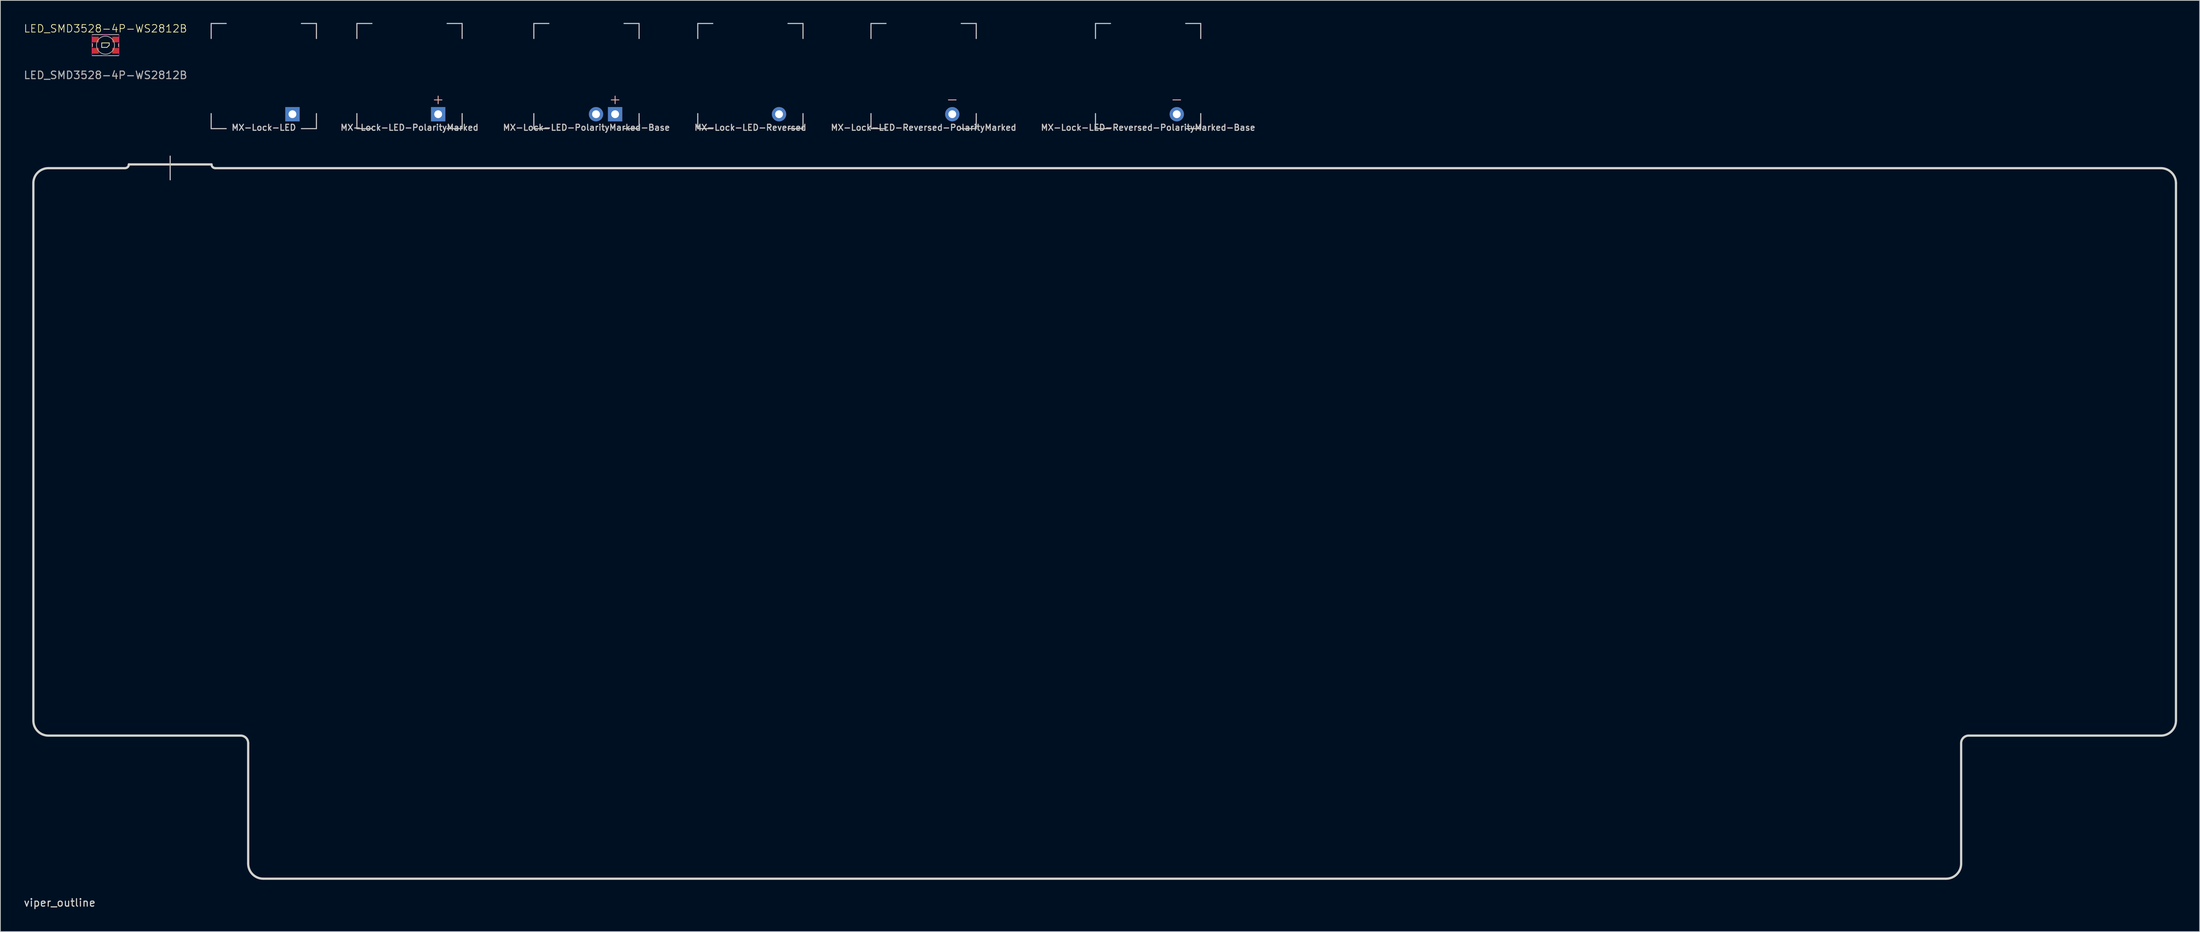
<source format=kicad_pcb>
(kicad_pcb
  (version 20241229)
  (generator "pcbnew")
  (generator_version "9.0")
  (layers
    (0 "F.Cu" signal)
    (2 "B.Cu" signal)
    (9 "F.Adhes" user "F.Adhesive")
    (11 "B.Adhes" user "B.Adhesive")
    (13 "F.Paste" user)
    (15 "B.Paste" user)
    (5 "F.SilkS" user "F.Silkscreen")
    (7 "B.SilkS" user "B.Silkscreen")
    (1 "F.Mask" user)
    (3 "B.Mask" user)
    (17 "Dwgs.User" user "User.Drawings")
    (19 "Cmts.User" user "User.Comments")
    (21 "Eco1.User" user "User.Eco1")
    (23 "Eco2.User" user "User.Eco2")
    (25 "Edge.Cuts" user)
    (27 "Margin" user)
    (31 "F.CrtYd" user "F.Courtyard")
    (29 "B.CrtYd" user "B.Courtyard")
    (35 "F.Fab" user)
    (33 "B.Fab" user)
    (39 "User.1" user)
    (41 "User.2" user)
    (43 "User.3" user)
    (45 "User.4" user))
  (footprint "MX-Lock-LED-Reversed-PolarityMarked-Base"
    (layer "F.Cu")
    (at 149.667 7.075)
    (property "Reference" "MX-Lock-LED-Reversed-PolarityMarked-Base" (at 0 6.858 0) (layer "Dwgs.User") (effects (font (size 0.8 0.8) (thickness 0.15))))
    (attr through_hole)
    (fp_line (start 4.318 3.175) (end 3.302 3.175) (stroke (width 0.12) (type solid)) (layer "B.SilkS"))
    (fp_line (start -7 -7) (end -7 -5) (stroke (width 0.15) (type solid)) (layer "Dwgs.User"))
    (fp_line (start -7 5) (end -7 7) (stroke (width 0.15) (type solid)) (layer "Dwgs.User"))
    (fp_line (start -7 7) (end -5 7) (stroke (width 0.15) (type solid)) (layer "Dwgs.User"))
    (fp_line (start -5 -7) (end -7 -7) (stroke (width 0.15) (type solid)) (layer "Dwgs.User"))
    (fp_line (start 5 -7) (end 7 -7) (stroke (width 0.15) (type solid)) (layer "Dwgs.User"))
    (fp_line (start 5 7) (end 7 7) (stroke (width 0.15) (type solid)) (layer "Dwgs.User"))
    (fp_line (start 7 -7) (end 7 -5) (stroke (width 0.15) (type solid)) (layer "Dwgs.User"))
    (fp_line (start 7 7) (end 7 5) (stroke (width 0.15) (type solid)) (layer "Dwgs.User"))
    (pad "1" thru_hole circle (at 3.81 5.08) (size 1.905 1.905) (drill 1.04) (layers "*.Cu" "B.Mask")))
  (footprint "MX-Lock-LED-Reversed"
    (layer "F.Cu")
    (at 96.763 7.075)
    (property "Reference" "MX-Lock-LED-Reversed" (at 0 6.858 0) (layer "Dwgs.User") (effects (font (size 0.8 0.8) (thickness 0.15))))
    (attr through_hole)
    (fp_line (start -7 -7) (end -7 -5) (stroke (width 0.15) (type solid)) (layer "Dwgs.User"))
    (fp_line (start -7 5) (end -7 7) (stroke (width 0.15) (type solid)) (layer "Dwgs.User"))
    (fp_line (start -7 7) (end -5 7) (stroke (width 0.15) (type solid)) (layer "Dwgs.User"))
    (fp_line (start -5 -7) (end -7 -7) (stroke (width 0.15) (type solid)) (layer "Dwgs.User"))
    (fp_line (start 5 -7) (end 7 -7) (stroke (width 0.15) (type solid)) (layer "Dwgs.User"))
    (fp_line (start 5 7) (end 7 7) (stroke (width 0.15) (type solid)) (layer "Dwgs.User"))
    (fp_line (start 7 -7) (end 7 -5) (stroke (width 0.15) (type solid)) (layer "Dwgs.User"))
    (fp_line (start 7 7) (end 7 5) (stroke (width 0.15) (type solid)) (layer "Dwgs.User"))
    (pad "1" thru_hole circle (at 3.81 5.08) (size 1.905 1.905) (drill 1.04) (layers "*.Cu" "B.Mask")))
  (footprint "LED_SMD3528-4P-WS2812B"
    (layer "F.Cu")
    (at 10.982 2.961)
    (property "Reference" "LED_SMD3528-4P-WS2812B" (at 0 -2.2 0) (unlocked yes) (layer "F.SilkS") (effects (font (size 1 1) (thickness 0.1))))
    (attr smd)
    (fp_line (start -1.75 -0.2) (end -1.75 0.2) (stroke (width 0.1) (type solid)) (layer "F.SilkS"))
    (fp_line (start -0.5 -1.4) (end 0.5 -1.4) (stroke (width 0.1) (type solid)) (layer "F.SilkS"))
    (fp_line (start -0.5 -0.3) (end -0.5 0.3) (stroke (width 0.1) (type default)) (layer "F.SilkS"))
    (fp_line (start -0.5 1.4) (end 0.5 1.4) (stroke (width 0.1) (type default)) (layer "F.SilkS"))
    (fp_line (start 0.2 0.3) (end -0.5 0.3) (stroke (width 0.1) (type default)) (layer "F.SilkS"))
    (fp_line (start 0.5 -0.3) (end -0.5 -0.3) (stroke (width 0.1) (type default)) (layer "F.SilkS"))
    (fp_line (start 0.5 0) (end 0.2 0.3) (stroke (width 0.1) (type default)) (layer "F.SilkS"))
    (fp_line (start 0.5 0) (end 0.5 -0.3) (stroke (width 0.1) (type default)) (layer "F.SilkS"))
    (fp_line (start 1.75 -0.2) (end 1.75 0.2) (stroke (width 0.1) (type solid)) (layer "F.SilkS"))
    (fp_line (start -0.5 -1.4) (end -1.75 -1.4) (stroke (width 0.1) (type solid)) (layer "Dwgs.User"))
    (fp_line (start -0.5 1.4) (end -1.75 1.4) (stroke (width 0.1) (type solid)) (layer "Dwgs.User"))
    (fp_line (start 0.5 1.4) (end 1.75 1.4) (stroke (width 0.1) (type solid)) (layer "Dwgs.User"))
    (fp_line (start 1.75 -1.4) (end 0.5 -1.4) (stroke (width 0.1) (type solid)) (layer "Dwgs.User"))
    (fp_rect (start -1.8 -1.4) (end 1.8 1.4) (stroke (width 0.05) (type default)) (fill no) (layer "F.CrtYd"))
    (fp_circle (center 0 0) (end 1.2 0) (stroke (width 0.1) (type solid)) (fill no) (layer "F.Fab"))
    (fp_text user "${REFERENCE}" (at 0 4 0) (unlocked yes) (layer "F.Fab") (effects (font (size 1 1) (thickness 0.15))))
    (pad "1" smd rect (at 1.35 0.75) (size 0.9 0.75) (layers "F.Cu" "F.Mask" "F.Paste"))
    (pad "2" smd rect (at 1.35 -0.75) (size 0.9 0.75) (layers "F.Cu" "F.Mask" "F.Paste"))
    (pad "3" smd rect (at -1.35 0.75) (size 0.9 0.75) (layers "F.Cu" "F.Mask" "F.Paste"))
    (pad "4" smd rect (at -1.35 -0.75) (size 0.9 0.75) (layers "F.Cu" "F.Mask" "F.Paste")))
  (footprint "MX-Lock-LED-PolarityMarked"
    (layer "F.Cu")
    (at 51.421 7.075)
    (property "Reference" "MX-Lock-LED-PolarityMarked" (at 0 6.858 0) (layer "Dwgs.User") (effects (font (size 0.8 0.8) (thickness 0.15))))
    (attr through_hole)
    (fp_line (start 3.81 3.683) (end 3.81 2.667) (stroke (width 0.12) (type solid)) (layer "B.SilkS"))
    (fp_line (start 4.318 3.175) (end 3.302 3.175) (stroke (width 0.12) (type solid)) (layer "B.SilkS"))
    (fp_line (start -7 -7) (end -7 -5) (stroke (width 0.15) (type solid)) (layer "Dwgs.User"))
    (fp_line (start -7 5) (end -7 7) (stroke (width 0.15) (type solid)) (layer "Dwgs.User"))
    (fp_line (start -7 7) (end -5 7) (stroke (width 0.15) (type solid)) (layer "Dwgs.User"))
    (fp_line (start -5 -7) (end -7 -7) (stroke (width 0.15) (type solid)) (layer "Dwgs.User"))
    (fp_line (start 5 -7) (end 7 -7) (stroke (width 0.15) (type solid)) (layer "Dwgs.User"))
    (fp_line (start 5 7) (end 7 7) (stroke (width 0.15) (type solid)) (layer "Dwgs.User"))
    (fp_line (start 7 -7) (end 7 -5) (stroke (width 0.15) (type solid)) (layer "Dwgs.User"))
    (fp_line (start 7 7) (end 7 5) (stroke (width 0.15) (type solid)) (layer "Dwgs.User"))
    (pad "1" thru_hole rect (at 3.81 5.08) (size 1.905 1.905) (drill 1.04) (layers "*.Cu" "B.Mask")))
  (footprint "MX-Lock-LED-Reversed-PolarityMarked"
    (layer "F.Cu")
    (at 119.805 7.075)
    (property "Reference" "MX-Lock-LED-Reversed-PolarityMarked" (at 0 6.858 0) (layer "Dwgs.User") (effects (font (size 0.8 0.8) (thickness 0.15))))
    (attr through_hole)
    (fp_line (start 4.318 3.175) (end 3.302 3.175) (stroke (width 0.12) (type solid)) (layer "B.SilkS"))
    (fp_line (start -7 -7) (end -7 -5) (stroke (width 0.15) (type solid)) (layer "Dwgs.User"))
    (fp_line (start -7 5) (end -7 7) (stroke (width 0.15) (type solid)) (layer "Dwgs.User"))
    (fp_line (start -7 7) (end -5 7) (stroke (width 0.15) (type solid)) (layer "Dwgs.User"))
    (fp_line (start -5 -7) (end -7 -7) (stroke (width 0.15) (type solid)) (layer "Dwgs.User"))
    (fp_line (start 5 -7) (end 7 -7) (stroke (width 0.15) (type solid)) (layer "Dwgs.User"))
    (fp_line (start 5 7) (end 7 7) (stroke (width 0.15) (type solid)) (layer "Dwgs.User"))
    (fp_line (start 7 -7) (end 7 -5) (stroke (width 0.15) (type solid)) (layer "Dwgs.User"))
    (fp_line (start 7 7) (end 7 5) (stroke (width 0.15) (type solid)) (layer "Dwgs.User"))
    (pad "1" thru_hole circle (at 3.81 5.08) (size 1.905 1.905) (drill 1.04) (layers "*.Cu" "B.Mask")))
  (footprint "MX-Lock-LED-PolarityMarked-Base"
    (layer "F.Cu")
    (at 74.959 7.075)
    (property "Reference" "MX-Lock-LED-PolarityMarked-Base" (at 0 6.858 0) (layer "Dwgs.User") (effects (font (size 0.8 0.8) (thickness 0.15))))
    (attr through_hole)
    (fp_line (start 3.81 3.683) (end 3.81 2.667) (stroke (width 0.12) (type solid)) (layer "B.SilkS"))
    (fp_line (start 4.318 3.175) (end 3.302 3.175) (stroke (width 0.12) (type solid)) (layer "B.SilkS"))
    (fp_line (start -7 -7) (end -7 -5) (stroke (width 0.15) (type solid)) (layer "Dwgs.User"))
    (fp_line (start -7 5) (end -7 7) (stroke (width 0.15) (type solid)) (layer "Dwgs.User"))
    (fp_line (start -7 7) (end -5 7) (stroke (width 0.15) (type solid)) (layer "Dwgs.User"))
    (fp_line (start -5 -7) (end -7 -7) (stroke (width 0.15) (type solid)) (layer "Dwgs.User"))
    (fp_line (start 5 -7) (end 7 -7) (stroke (width 0.15) (type solid)) (layer "Dwgs.User"))
    (fp_line (start 5 7) (end 7 7) (stroke (width 0.15) (type solid)) (layer "Dwgs.User"))
    (fp_line (start 7 -7) (end 7 -5) (stroke (width 0.15) (type solid)) (layer "Dwgs.User"))
    (fp_line (start 7 7) (end 7 5) (stroke (width 0.15) (type solid)) (layer "Dwgs.User"))
    (pad "1" thru_hole rect (at 3.81 5.08) (size 1.905 1.905) (drill 1.04) (layers "*.Cu" "B.Mask"))
    (pad "2" thru_hole circle (at 1.27 5.08) (size 1.905 1.905) (drill 1.04) (layers "*.Cu" "B.Mask")))
  (footprint "MX-Lock-LED"
    (layer "F.Cu")
    (at 32.039 7.075)
    (property "Reference" "MX-Lock-LED" (at 0 6.858 0) (layer "Dwgs.User") (effects (font (size 0.8 0.8) (thickness 0.15))))
    (attr through_hole)
    (fp_line (start -7 -7) (end -7 -5) (stroke (width 0.15) (type solid)) (layer "Dwgs.User"))
    (fp_line (start -7 5) (end -7 7) (stroke (width 0.15) (type solid)) (layer "Dwgs.User"))
    (fp_line (start -7 7) (end -5 7) (stroke (width 0.15) (type solid)) (layer "Dwgs.User"))
    (fp_line (start -5 -7) (end -7 -7) (stroke (width 0.15) (type solid)) (layer "Dwgs.User"))
    (fp_line (start 5 -7) (end 7 -7) (stroke (width 0.15) (type solid)) (layer "Dwgs.User"))
    (fp_line (start 5 7) (end 7 7) (stroke (width 0.15) (type solid)) (layer "Dwgs.User"))
    (fp_line (start 7 -7) (end 7 -5) (stroke (width 0.15) (type solid)) (layer "Dwgs.User"))
    (fp_line (start 7 7) (end 7 5) (stroke (width 0.15) (type solid)) (layer "Dwgs.User"))
    (pad "1" thru_hole rect (at 3.81 5.08) (size 1.905 1.905) (drill 1.04) (layers "*.Cu" "B.Mask")))
  (footprint "viper_outline"
    (layer "F.Cu")
    (at 143.887 66.639)
    (property "Reference" "viper_outline" (at -139 50.5 0) (layer "Edge.Cuts") (effects (font (size 1 1) (thickness 0.15))))
    (attr through_hole)
    (fp_line (start -124.3 -48.9) (end -124.3 -45.75) (stroke (width 0.15) (type solid)) (layer "Dwgs.User"))
    (fp_line (start -142.5 26.25) (end -142.5 -45.3) (stroke (width 0.3) (type solid)) (layer "Edge.Cuts"))
    (fp_line (start -140.5 28.25) (end -114.925 28.25) (stroke (width 0.3) (type solid)) (layer "Edge.Cuts"))
    (fp_line (start -140.5 -47.3) (end -130.3 -47.3) (stroke (width 0.3) (type solid)) (layer "Edge.Cuts"))
    (fp_line (start -129.8 -47.8) (end -118.8 -47.8) (stroke (width 0.3) (type solid)) (layer "Edge.Cuts"))
    (fp_line (start -113.925 29.25) (end -113.925 45.3) (stroke (width 0.3) (type solid)) (layer "Edge.Cuts"))
    (fp_line (start -111.925 47.3) (end 111.925 47.3) (stroke (width 0.3) (type solid)) (layer "Edge.Cuts"))
    (fp_line (start 113.925 29.25) (end 113.925 45.3) (stroke (width 0.3) (type solid)) (layer "Edge.Cuts"))
    (fp_line (start 114.925 28.25) (end 140.5 28.25) (stroke (width 0.3) (type solid)) (layer "Edge.Cuts"))
    (fp_line (start 140.5 -47.3) (end -118.3 -47.3) (stroke (width 0.3) (type solid)) (layer "Edge.Cuts"))
    (fp_line (start 142.5 26.25) (end 142.5 -45.3) (stroke (width 0.3) (type solid)) (layer "Edge.Cuts"))
    (fp_arc (start -142.5 -45.3) (mid -141.914214 -46.714214) (end -140.5 -47.3) (stroke (width 0.3) (type solid)) (layer "Edge.Cuts"))
    (fp_arc (start -140.5 28.25) (mid -141.914214 27.664214) (end -142.5 26.25) (stroke (width 0.3) (type solid)) (layer "Edge.Cuts"))
    (fp_arc (start -129.8 -47.799999) (mid -129.946447 -47.446446) (end -130.3 -47.299999) (stroke (width 0.3) (type solid)) (layer "Edge.Cuts"))
    (fp_arc (start -118.3 -47.299999) (mid -118.653553 -47.446446) (end -118.8 -47.799999) (stroke (width 0.3) (type solid)) (layer "Edge.Cuts"))
    (fp_arc (start -114.925 28.25) (mid -114.217893 28.542893) (end -113.925 29.25) (stroke (width 0.3) (type solid)) (layer "Edge.Cuts"))
    (fp_arc (start -111.925 47.3) (mid -113.339214 46.714214) (end -113.925 45.3) (stroke (width 0.3) (type solid)) (layer "Edge.Cuts"))
    (fp_arc (start 113.925 29.25) (mid 114.217893 28.542893) (end 114.925 28.25) (stroke (width 0.3) (type solid)) (layer "Edge.Cuts"))
    (fp_arc (start 113.925 45.3) (mid 113.339214 46.714214) (end 111.925 47.3) (stroke (width 0.3) (type solid)) (layer "Edge.Cuts"))
    (fp_arc (start 140.5 -47.3) (mid 141.914214 -46.714214) (end 142.5 -45.3) (stroke (width 0.3) (type solid)) (layer "Edge.Cuts"))
    (fp_arc (start 142.5 26.25) (mid 141.914214 27.664214) (end 140.5 28.25) (stroke (width 0.3) (type solid)) (layer "Edge.Cuts")))
  (gr_rect
    (start -3 -3)
    (end 289.537 120.987)
    (stroke (width 0.1) (type default))
    (fill no)
    (layer "Edge.Cuts")))
</source>
